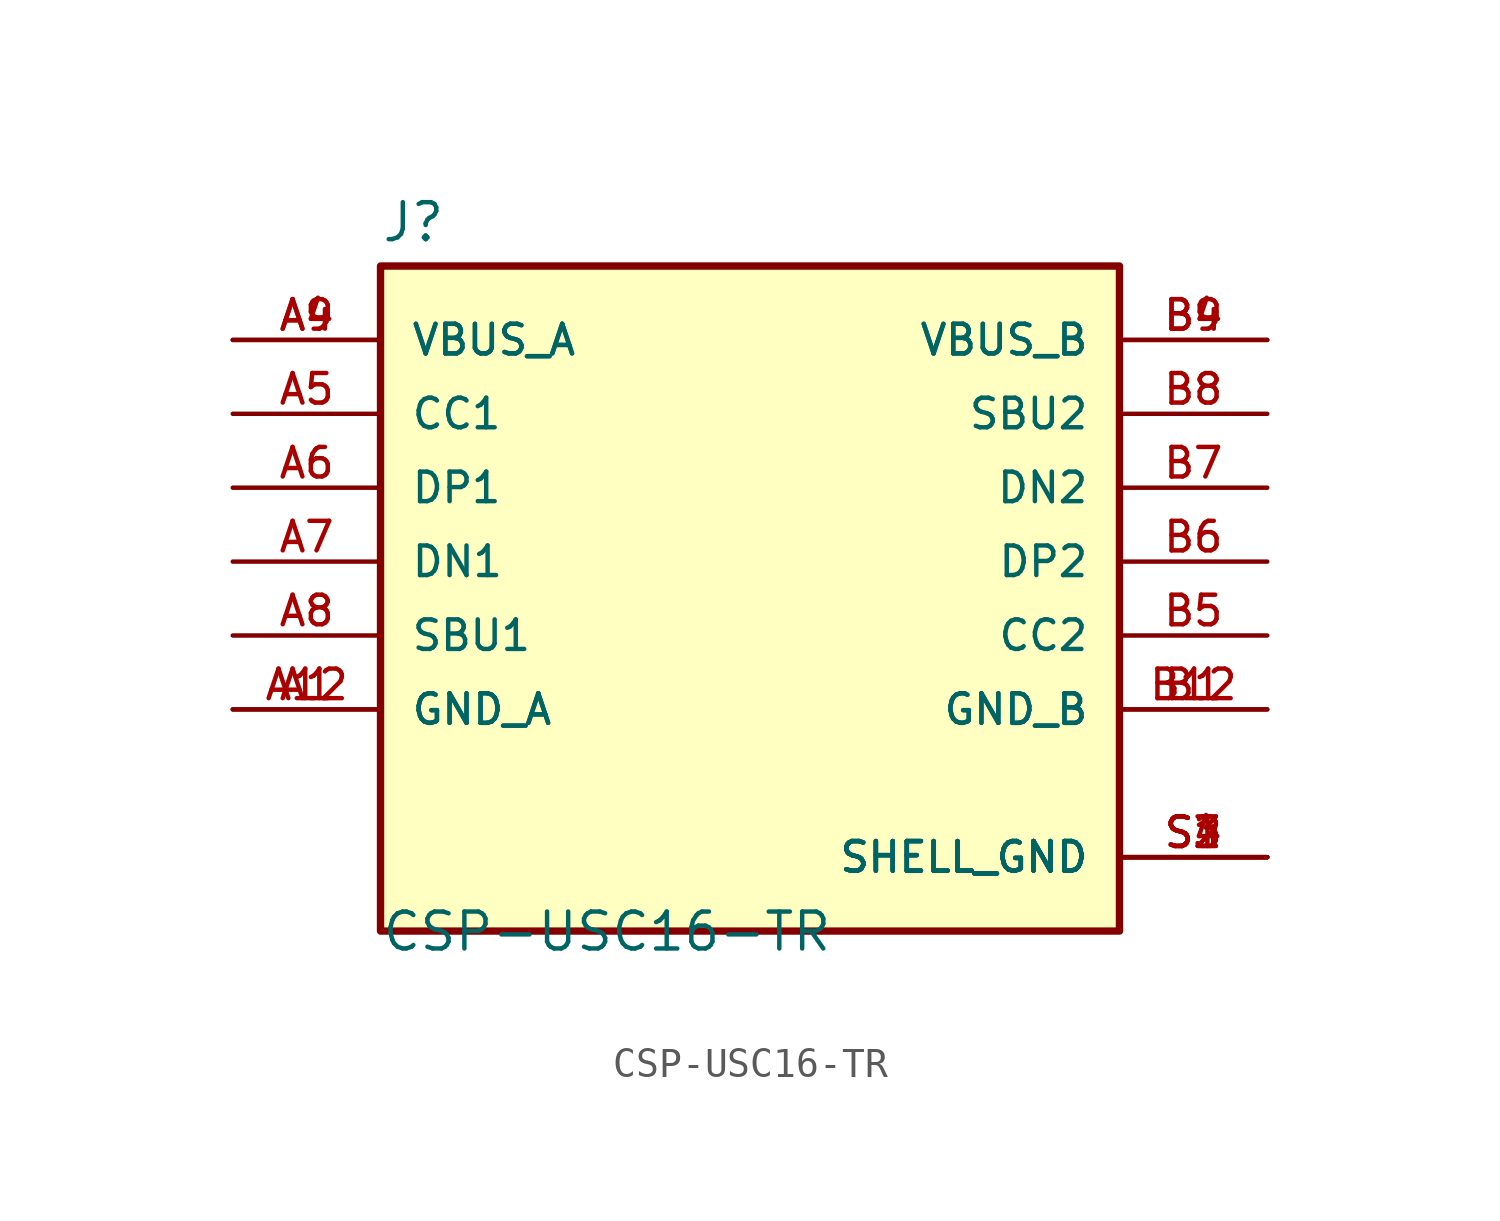
<source format=kicad_sym>
(kicad_symbol_lib
  (version 20211014)
  (generator kicad_symbol_editor)
  (symbol "CSP-USC16-TR"
    (pin_names
      (offset 1.016))
    (property "Reference" "J"
      (at -12.7 13.462 0)
      (effects (font (size 1.27 1.27)) (justify left bottom)))
    (property "Value" "CSP-USC16-TR"
      (at -12.7 -10.922 0)
      (effects (font (size 1.27 1.27)) (justify left bottom)))
    (symbol "CSP-USC16-TR_0_0"
      (rectangle (start -12.7 -10.16) (end 12.7 12.7) (stroke (width 0.254) (type default) (color 0 0 0 0)) (fill (type background)))
      (pin power_in line (at -17.78 -2.54 0) (length 5.08) (name "GND_A" (effects (font (size 1.016 1.016)))) (number "A1" (effects (font (size 1.016 1.016)))))
      (pin power_in line (at -17.78 -2.54 0) (length 5.08) (name "GND_A" (effects (font (size 1.016 1.016)))) (number "A12" (effects (font (size 1.016 1.016)))))
      (pin power_in line (at -17.78 10.16 0) (length 5.08) (name "VBUS_A" (effects (font (size 1.016 1.016)))) (number "A4" (effects (font (size 1.016 1.016)))))
      (pin bidirectional line (at -17.78 7.62 0) (length 5.08) (name "CC1" (effects (font (size 1.016 1.016)))) (number "A5" (effects (font (size 1.016 1.016)))))
      (pin bidirectional line (at -17.78 5.08 0) (length 5.08) (name "DP1" (effects (font (size 1.016 1.016)))) (number "A6" (effects (font (size 1.016 1.016)))))
      (pin bidirectional line (at -17.78 2.54 0) (length 5.08) (name "DN1" (effects (font (size 1.016 1.016)))) (number "A7" (effects (font (size 1.016 1.016)))))
      (pin bidirectional line (at -17.78 0 0) (length 5.08) (name "SBU1" (effects (font (size 1.016 1.016)))) (number "A8" (effects (font (size 1.016 1.016)))))
      (pin power_in line (at -17.78 10.16 0) (length 5.08) (name "VBUS_A" (effects (font (size 1.016 1.016)))) (number "A9" (effects (font (size 1.016 1.016)))))
      (pin power_in line (at 17.78 -2.54 180) (length 5.08) (name "GND_B" (effects (font (size 1.016 1.016)))) (number "B1" (effects (font (size 1.016 1.016)))))
      (pin power_in line (at 17.78 -2.54 180) (length 5.08) (name "GND_B" (effects (font (size 1.016 1.016)))) (number "B12" (effects (font (size 1.016 1.016)))))
      (pin power_in line (at 17.78 10.16 180) (length 5.08) (name "VBUS_B" (effects (font (size 1.016 1.016)))) (number "B4" (effects (font (size 1.016 1.016)))))
      (pin bidirectional line (at 17.78 0 180) (length 5.08) (name "CC2" (effects (font (size 1.016 1.016)))) (number "B5" (effects (font (size 1.016 1.016)))))
      (pin bidirectional line (at 17.78 2.54 180) (length 5.08) (name "DP2" (effects (font (size 1.016 1.016)))) (number "B6" (effects (font (size 1.016 1.016)))))
      (pin bidirectional line (at 17.78 5.08 180) (length 5.08) (name "DN2" (effects (font (size 1.016 1.016)))) (number "B7" (effects (font (size 1.016 1.016)))))
      (pin bidirectional line (at 17.78 7.62 180) (length 5.08) (name "SBU2" (effects (font (size 1.016 1.016)))) (number "B8" (effects (font (size 1.016 1.016)))))
      (pin power_in line (at 17.78 10.16 180) (length 5.08) (name "VBUS_B" (effects (font (size 1.016 1.016)))) (number "B9" (effects (font (size 1.016 1.016)))))
      (pin power_in line (at 17.78 -7.62 180) (length 5.08) (name "SHELL_GND" (effects (font (size 1.016 1.016)))) (number "S1" (effects (font (size 1.016 1.016)))))
      (pin power_in line (at 17.78 -7.62 180) (length 5.08) (name "SHELL_GND" (effects (font (size 1.016 1.016)))) (number "S2" (effects (font (size 1.016 1.016)))))
      (pin power_in line (at 17.78 -7.62 180) (length 5.08) (name "SHELL_GND" (effects (font (size 1.016 1.016)))) (number "S3" (effects (font (size 1.016 1.016)))))
      (pin power_in line (at 17.78 -7.62 180) (length 5.08) (name "SHELL_GND" (effects (font (size 1.016 1.016)))) (number "S4" (effects (font (size 1.016 1.016))))))))
</source>
